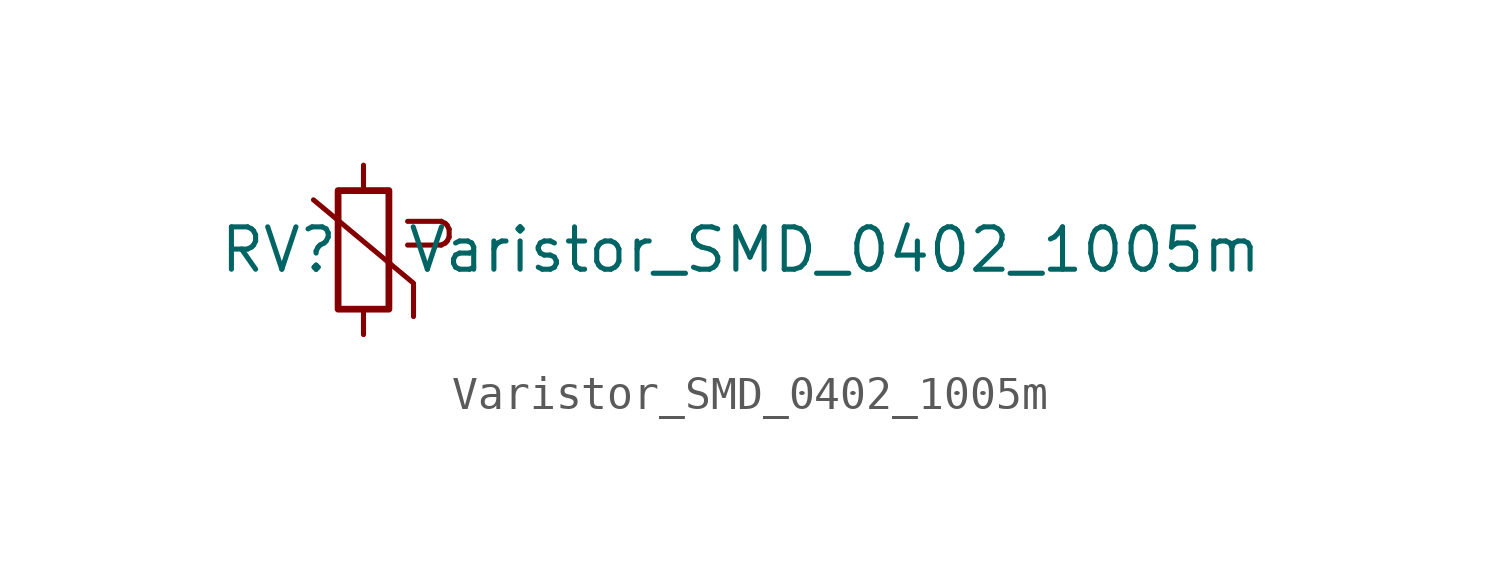
<source format=kicad_sym>
(kicad_symbol_lib
  (version 20211014)
  (generator kicad_symbol_editor)
  (symbol "Varistor_SMD_0402_1005m"
    (pin_numbers hide)
    (pin_names
      (offset 1.27) hide)
    (property "Reference" "RV"
      (at -2.54 0 0)
      (effects (font (size 1.27 1.27))))
    (property "Value" "Varistor_SMD_0402_1005m"
      (at 1.27 0 0)
      (effects (font (size 1.27 1.27)) (justify left)))
    (symbol "Varistor_SMD_0402_1005m_0_0"
      (text "U" (at 2 0.5 900) (effects (font (size 1.245 1.245)))))
    (symbol "Varistor_SMD_0402_1005m_0_1"
      (polyline (pts (xy 1.5 -2) (xy 1.5 -1) (xy -1.5 1.5)) (stroke (width 0.152) (type default) (color 0 0 0 0)) (fill (type none))))
    (symbol "Varistor_SMD_0402_1005m_1_1"
      (rectangle (start -0.762 1.778) (end 0.762 -1.778) (stroke (width 0.203) (type default) (color 0 0 0 0)) (fill (type none)))
      (pin passive line (at 0 2.54 270) (length 0.762) (name "~" (effects (font (size 1.27 1.27)))) (number "1" (effects (font (size 1.27 1.27)))))
      (pin passive line (at 0 -2.54 90) (length 0.762) (name "~" (effects (font (size 1.27 1.27)))) (number "2" (effects (font (size 1.27 1.27))))))))
</source>
